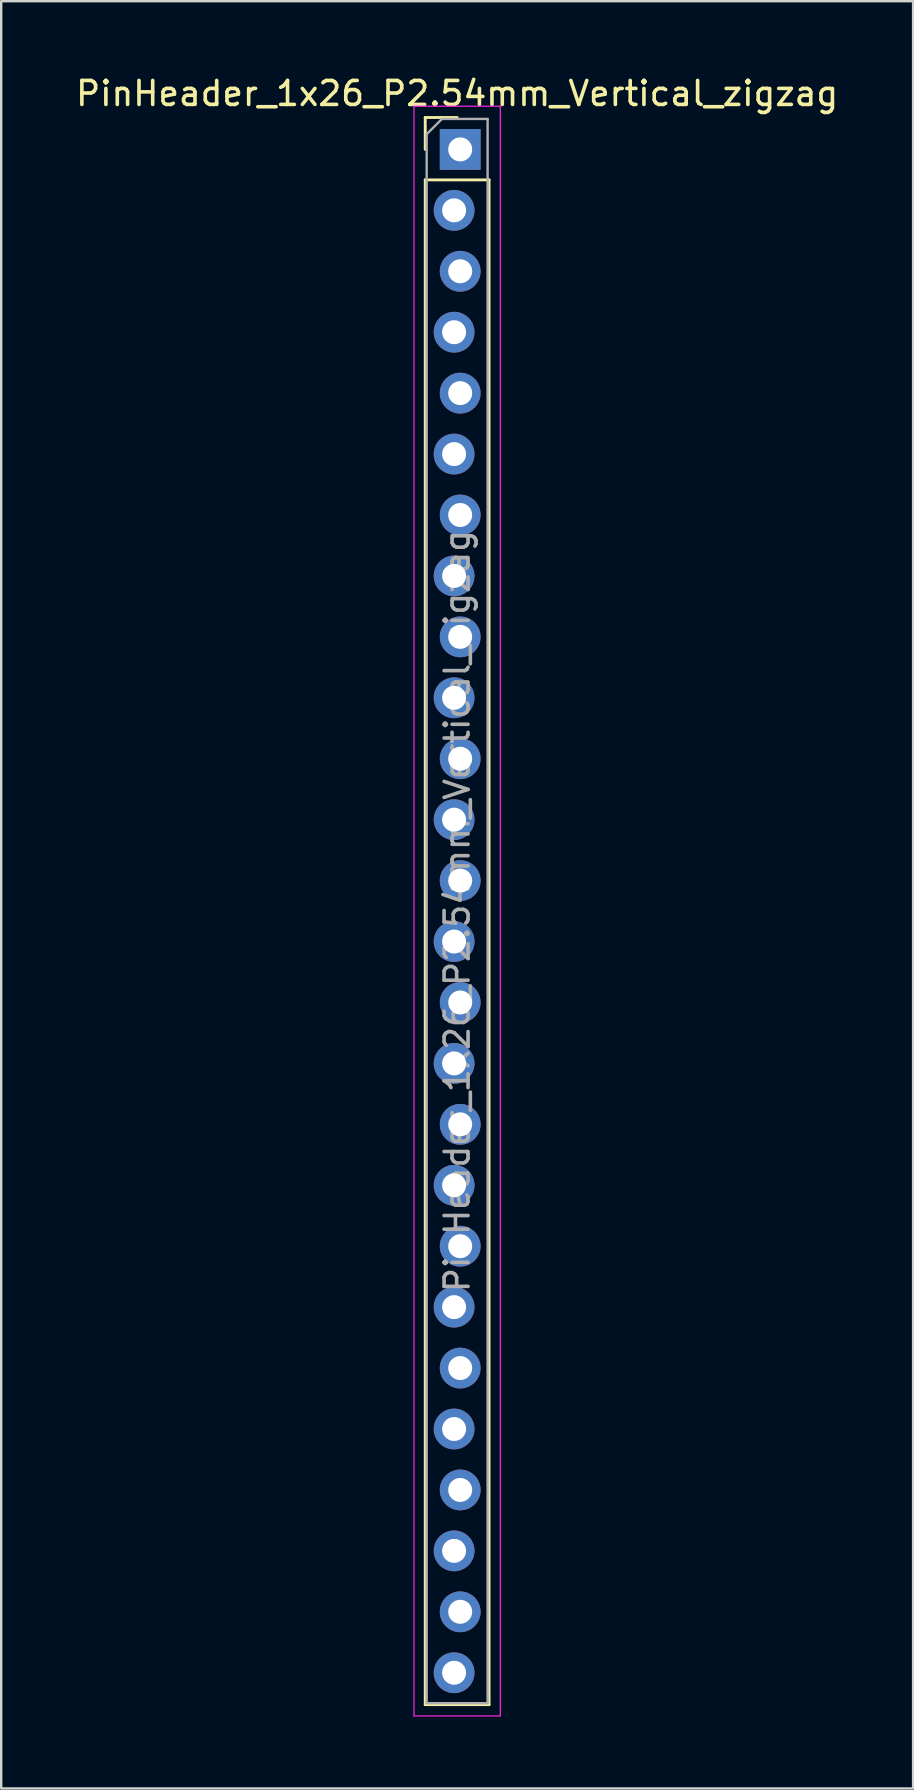
<source format=kicad_pcb>
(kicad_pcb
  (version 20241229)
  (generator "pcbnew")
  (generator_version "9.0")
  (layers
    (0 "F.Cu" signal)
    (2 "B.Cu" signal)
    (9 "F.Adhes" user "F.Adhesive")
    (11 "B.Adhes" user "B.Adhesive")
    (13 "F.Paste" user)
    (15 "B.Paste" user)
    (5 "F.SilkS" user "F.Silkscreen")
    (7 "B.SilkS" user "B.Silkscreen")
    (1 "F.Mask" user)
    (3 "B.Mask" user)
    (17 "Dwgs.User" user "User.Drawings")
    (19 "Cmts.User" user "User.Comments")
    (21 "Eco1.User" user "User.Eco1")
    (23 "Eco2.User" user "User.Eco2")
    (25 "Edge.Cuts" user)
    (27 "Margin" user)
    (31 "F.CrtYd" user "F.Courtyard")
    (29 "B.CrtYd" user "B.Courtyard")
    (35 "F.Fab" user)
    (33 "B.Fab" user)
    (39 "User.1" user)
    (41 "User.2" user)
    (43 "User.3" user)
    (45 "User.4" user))
  (footprint "PinHeader_1x26_P2.54mm_Vertical_zigzag"
    (layer "F.Cu")
    (at 16.006 3.178)
    (property "Reference" "PinHeader_1x26_P2.54mm_Vertical_zigzag" (at 0 -2.33 0) (layer "F.SilkS") (effects (font (size 1 1) (thickness 0.15))))
    (attr through_hole)
    (fp_line (start -1.33 -1.33) (end 0 -1.33) (stroke (width 0.12) (type solid)) (layer "F.SilkS"))
    (fp_line (start -1.33 0) (end -1.33 -1.33) (stroke (width 0.12) (type solid)) (layer "F.SilkS"))
    (fp_line (start -1.33 1.27) (end -1.33 64.83) (stroke (width 0.12) (type solid)) (layer "F.SilkS"))
    (fp_line (start -1.33 1.27) (end 1.33 1.27) (stroke (width 0.12) (type solid)) (layer "F.SilkS"))
    (fp_line (start -1.33 64.83) (end 1.33 64.83) (stroke (width 0.12) (type solid)) (layer "F.SilkS"))
    (fp_line (start 1.33 1.27) (end 1.33 64.83) (stroke (width 0.12) (type solid)) (layer "F.SilkS"))
    (fp_line (start -1.8 -1.8) (end -1.8 65.3) (stroke (width 0.05) (type solid)) (layer "F.CrtYd"))
    (fp_line (start -1.8 65.3) (end 1.8 65.3) (stroke (width 0.05) (type solid)) (layer "F.CrtYd"))
    (fp_line (start 1.8 -1.8) (end -1.8 -1.8) (stroke (width 0.05) (type solid)) (layer "F.CrtYd"))
    (fp_line (start 1.8 65.3) (end 1.8 -1.8) (stroke (width 0.05) (type solid)) (layer "F.CrtYd"))
    (fp_line (start -1.27 -0.635) (end -0.635 -1.27) (stroke (width 0.1) (type solid)) (layer "F.Fab"))
    (fp_line (start -1.27 64.77) (end -1.27 -0.635) (stroke (width 0.1) (type solid)) (layer "F.Fab"))
    (fp_line (start -0.635 -1.27) (end 1.27 -1.27) (stroke (width 0.1) (type solid)) (layer "F.Fab"))
    (fp_line (start 1.27 -1.27) (end 1.27 64.77) (stroke (width 0.1) (type solid)) (layer "F.Fab"))
    (fp_line (start 1.27 64.77) (end -1.27 64.77) (stroke (width 0.1) (type solid)) (layer "F.Fab"))
    (fp_text user "${REFERENCE}" (at 0 31.75 90) (layer "F.Fab") (effects (font (size 1 1) (thickness 0.15))))
    (pad "1" thru_hole rect (at 0.127 0) (size 1.7 1.7) (drill 1) (layers "*.Cu" "*.Mask"))
    (pad "2" thru_hole oval (at -0.127 2.54) (size 1.7 1.7) (drill 1) (layers "*.Cu" "*.Mask"))
    (pad "3" thru_hole oval (at 0.127 5.08) (size 1.7 1.7) (drill 1) (layers "*.Cu" "*.Mask"))
    (pad "4" thru_hole oval (at -0.127 7.62) (size 1.7 1.7) (drill 1) (layers "*.Cu" "*.Mask"))
    (pad "5" thru_hole oval (at 0.127 10.16) (size 1.7 1.7) (drill 1) (layers "*.Cu" "*.Mask"))
    (pad "6" thru_hole oval (at -0.127 12.7) (size 1.7 1.7) (drill 1) (layers "*.Cu" "*.Mask"))
    (pad "7" thru_hole oval (at 0.127 15.24) (size 1.7 1.7) (drill 1) (layers "*.Cu" "*.Mask"))
    (pad "8" thru_hole oval (at -0.127 17.78) (size 1.7 1.7) (drill 1) (layers "*.Cu" "*.Mask"))
    (pad "9" thru_hole oval (at 0.127 20.32) (size 1.7 1.7) (drill 1) (layers "*.Cu" "*.Mask"))
    (pad "10" thru_hole oval (at -0.127 22.86) (size 1.7 1.7) (drill 1) (layers "*.Cu" "*.Mask"))
    (pad "11" thru_hole oval (at 0.127 25.4) (size 1.7 1.7) (drill 1) (layers "*.Cu" "*.Mask"))
    (pad "12" thru_hole oval (at -0.127 27.94) (size 1.7 1.7) (drill 1) (layers "*.Cu" "*.Mask"))
    (pad "13" thru_hole oval (at 0.127 30.48) (size 1.7 1.7) (drill 1) (layers "*.Cu" "*.Mask"))
    (pad "14" thru_hole oval (at -0.127 33.02) (size 1.7 1.7) (drill 1) (layers "*.Cu" "*.Mask"))
    (pad "15" thru_hole oval (at 0.127 35.56) (size 1.7 1.7) (drill 1) (layers "*.Cu" "*.Mask"))
    (pad "16" thru_hole oval (at -0.127 38.1) (size 1.7 1.7) (drill 1) (layers "*.Cu" "*.Mask"))
    (pad "17" thru_hole oval (at 0.127 40.64) (size 1.7 1.7) (drill 1) (layers "*.Cu" "*.Mask"))
    (pad "18" thru_hole oval (at -0.127 43.18) (size 1.7 1.7) (drill 1) (layers "*.Cu" "*.Mask"))
    (pad "19" thru_hole oval (at 0.127 45.72) (size 1.7 1.7) (drill 1) (layers "*.Cu" "*.Mask"))
    (pad "20" thru_hole oval (at -0.127 48.26) (size 1.7 1.7) (drill 1) (layers "*.Cu" "*.Mask"))
    (pad "21" thru_hole oval (at 0.127 50.8) (size 1.7 1.7) (drill 1) (layers "*.Cu" "*.Mask"))
    (pad "22" thru_hole oval (at -0.127 53.34) (size 1.7 1.7) (drill 1) (layers "*.Cu" "*.Mask"))
    (pad "23" thru_hole oval (at 0.127 55.88) (size 1.7 1.7) (drill 1) (layers "*.Cu" "*.Mask"))
    (pad "24" thru_hole oval (at -0.127 58.42) (size 1.7 1.7) (drill 1) (layers "*.Cu" "*.Mask"))
    (pad "25" thru_hole oval (at 0.127 60.96) (size 1.7 1.7) (drill 1) (layers "*.Cu" "*.Mask"))
    (pad "26" thru_hole oval (at -0.127 63.5) (size 1.7 1.7) (drill 1) (layers "*.Cu" "*.Mask")))
  (gr_rect
    (start -3 -3)
    (end 35.012 71.503)
    (stroke (width 0.1) (type default))
    (fill no)
    (layer "Edge.Cuts")))
</source>
